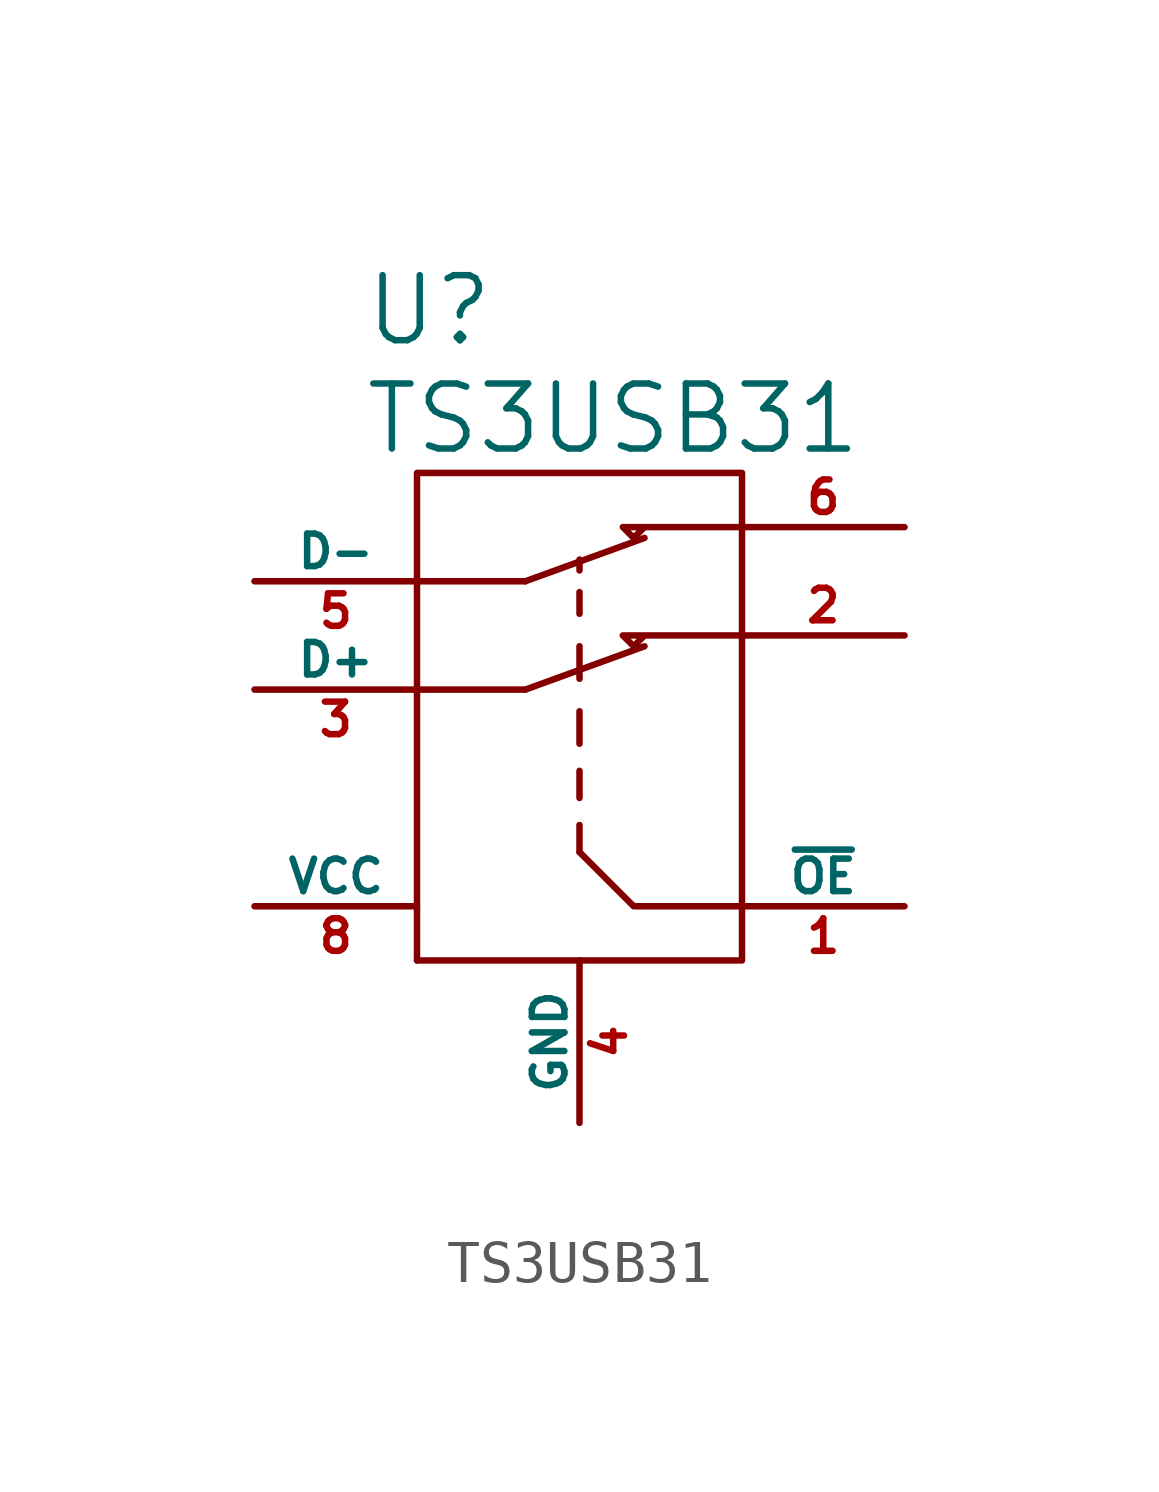
<source format=kicad_sym>
(kicad_symbol_lib
  (version 20211014)
  (generator kicad_symbol_editor)
  (symbol "TS3USB31"
    (pin_names
      (offset 0))
    (property "Reference" "U"
      (at -5.08 10.16 0)
      (effects (font (size 1.524 1.524)) (justify left)))
    (property "Value" "TS3USB31"
      (at -5.08 7.62 0)
      (effects (font (size 1.524 1.524)) (justify left)))
    (symbol "TS3USB31_0_1"
      (rectangle (start -3.81 -5.08) (end -3.81 -5.08) (stroke (width 0) (type default) (color 0 0 0 0)) (fill (type none)))
      (polyline (pts (xy -3.81 3.81) (xy -1.27 3.81)) (stroke (width 0) (type default) (color 0 0 0 0)) (fill (type none)))
      (polyline (pts (xy -1.27 1.27) (xy -3.81 1.27)) (stroke (width 0) (type default) (color 0 0 0 0)) (fill (type none)))
      (polyline (pts (xy -1.27 1.27) (xy 1.524 2.286)) (stroke (width 0) (type default) (color 0 0 0 0)) (fill (type none)))
      (polyline (pts (xy -1.27 3.81) (xy 1.524 4.826)) (stroke (width 0) (type default) (color 0 0 0 0)) (fill (type none)))
      (polyline (pts (xy 0 -2.54) (xy 0 -1.905)) (stroke (width 0) (type default) (color 0 0 0 0)) (fill (type none)))
      (polyline (pts (xy 0 -1.27) (xy 0 -0.635)) (stroke (width 0) (type default) (color 0 0 0 0)) (fill (type none)))
      (polyline (pts (xy 0 0) (xy 0 0.762)) (stroke (width 0) (type default) (color 0 0 0 0)) (fill (type none)))
      (polyline (pts (xy 0 1.524) (xy 0 2.286)) (stroke (width 0) (type default) (color 0 0 0 0)) (fill (type none)))
      (polyline (pts (xy 0 3.048) (xy 0 3.556)) (stroke (width 0) (type default) (color 0 0 0 0)) (fill (type none)))
      (polyline (pts (xy 0 4.064) (xy 0 4.318)) (stroke (width 0) (type default) (color 0 0 0 0)) (fill (type none)))
      (polyline (pts (xy 3.81 -3.81) (xy 1.27 -3.81) (xy 0 -2.54)) (stroke (width 0) (type default) (color 0 0 0 0)) (fill (type none)))
      (polyline (pts (xy 3.81 2.54) (xy 1.016 2.54) (xy 1.27 2.286) (xy 1.524 2.54)) (stroke (width 0) (type default) (color 0 0 0 0)) (fill (type none)))
      (polyline (pts (xy 3.81 5.08) (xy 1.016 5.08) (xy 1.27 4.826) (xy 1.524 5.08)) (stroke (width 0) (type default) (color 0 0 0 0)) (fill (type none)))
      (rectangle (start 3.81 6.35) (end -3.81 -5.08) (stroke (width 0) (type default) (color 0 0 0 0)) (fill (type none))))
    (symbol "TS3USB31_1_1"
      (pin input line (at 7.62 -3.81 180) (length 3.81) (name "~{OE}" (effects (font (size 0.762 0.762)))) (number "1" (effects (font (size 0.762 0.762)))))
      (pin bidirectional line (at 7.62 2.54 180) (length 3.81) (name "~" (effects (font (size 1.27 1.27)))) (number "2" (effects (font (size 0.762 0.762)))))
      (pin bidirectional line (at -7.62 1.27 0) (length 3.81) (name "D+" (effects (font (size 0.762 0.762)))) (number "3" (effects (font (size 0.762 0.762)))))
      (pin power_in line (at 0 -8.89 90) (length 3.81) (name "GND" (effects (font (size 0.762 0.762)))) (number "4" (effects (font (size 0.762 0.762)))))
      (pin bidirectional line (at -7.62 3.81 0) (length 3.81) (name "D-" (effects (font (size 0.762 0.762)))) (number "5" (effects (font (size 0.762 0.762)))))
      (pin bidirectional line (at 7.62 5.08 180) (length 3.81) (name "~" (effects (font (size 1.27 1.27)))) (number "6" (effects (font (size 0.762 0.762)))))
      (pin power_in line (at -7.62 -3.81 0) (length 3.81) (name "VCC" (effects (font (size 0.762 0.762)))) (number "8" (effects (font (size 0.762 0.762))))))))
</source>
